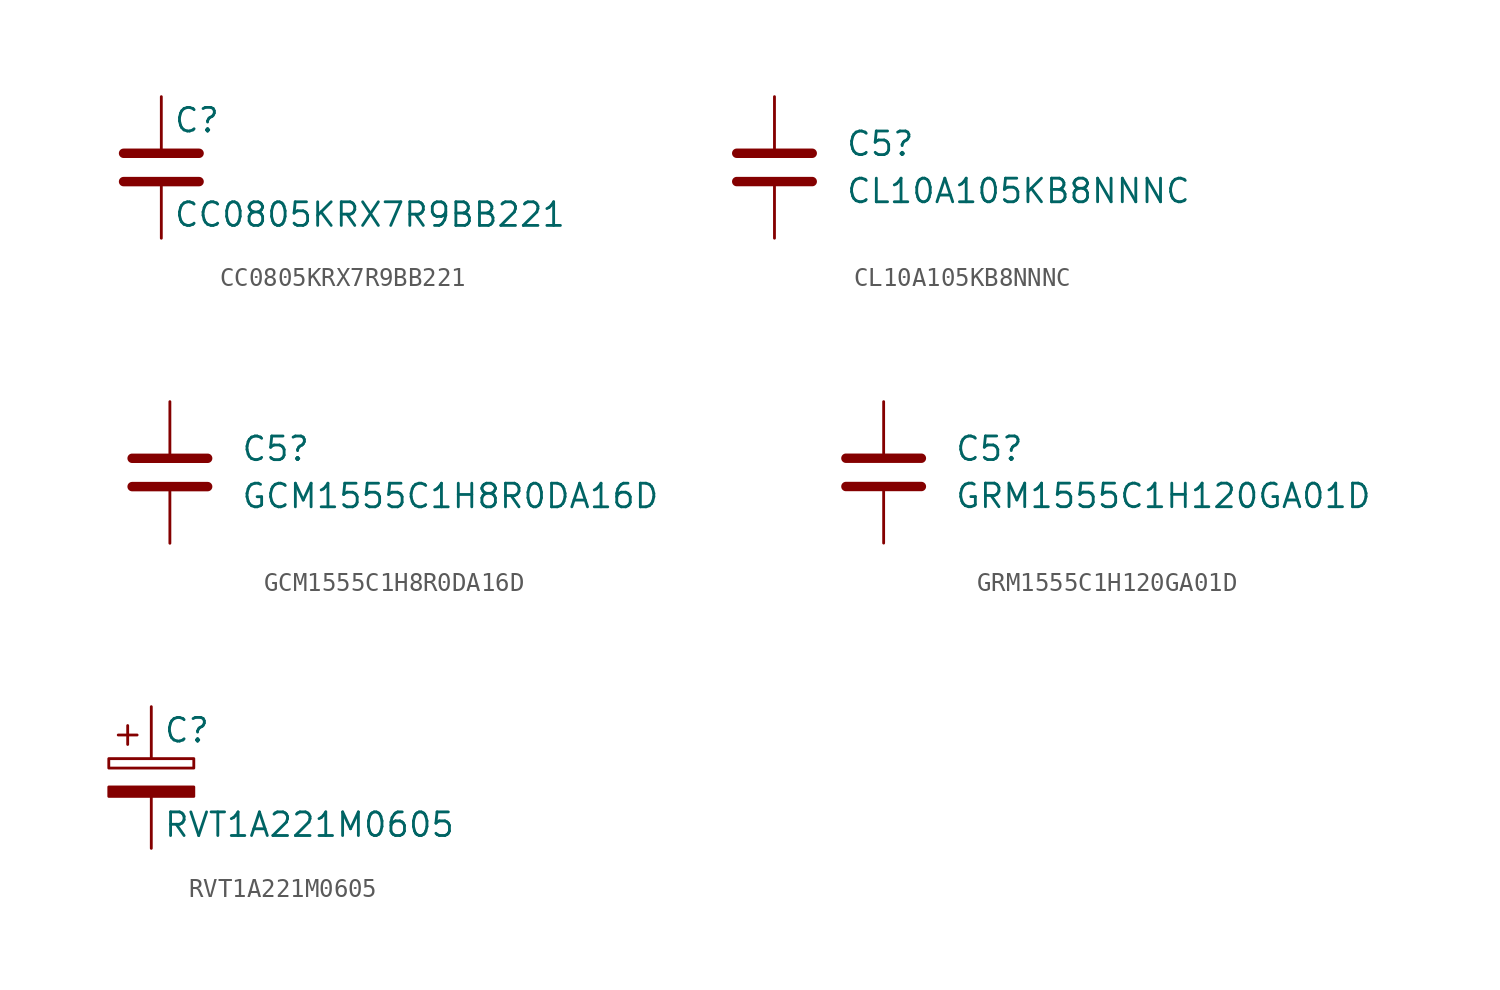
<source format=kicad_sym>
(kicad_symbol_lib
  (version 20211014)
  (generator kicad_symbol_editor)
  (symbol "CC0805KRX7R9BB221"
    (pin_numbers hide)
    (pin_names
      (offset 0.254))
    (property "Reference" "C"
      (at 0.635 2.54 0)
      (effects (font (size 1.27 1.27)) (justify left)))
    (property "Value" "CC0805KRX7R9BB221"
      (at 0.635 -2.54 0)
      (effects (font (size 1.27 1.27)) (justify left)))
    (symbol "CC0805KRX7R9BB221_0_1"
      (polyline (pts (xy -2.032 -0.762) (xy 2.032 -0.762)) (stroke (width 0.508) (type default) (color 0 0 0 0)) (fill (type none)))
      (polyline (pts (xy -2.032 0.762) (xy 2.032 0.762)) (stroke (width 0.508) (type default) (color 0 0 0 0)) (fill (type none))))
    (symbol "CC0805KRX7R9BB221_1_1"
      (pin passive line (at 0 3.81 270) (length 2.794) (name "~" (effects (font (size 1.27 1.27)))) (number "1" (effects (font (size 1.27 1.27)))))
      (pin passive line (at 0 -3.81 90) (length 2.794) (name "~" (effects (font (size 1.27 1.27)))) (number "2" (effects (font (size 1.27 1.27)))))))
  (symbol "CL10A105KB8NNNC"
    (pin_numbers hide)
    (pin_names
      (offset 0.254))
    (property "Reference" "C5"
      (at 3.81 1.27 0)
      (effects (font (size 1.27 1.27)) (justify left)))
    (property "Value" "CL10A105KB8NNNC"
      (at 3.81 -1.27 0)
      (effects (font (size 1.27 1.27)) (justify left)))
    (symbol "CL10A105KB8NNNC_0_1"
      (polyline (pts (xy -2.032 -0.762) (xy 2.032 -0.762)) (stroke (width 0.508) (type default) (color 0 0 0 0)) (fill (type none)))
      (polyline (pts (xy -2.032 0.762) (xy 2.032 0.762)) (stroke (width 0.508) (type default) (color 0 0 0 0)) (fill (type none))))
    (symbol "CL10A105KB8NNNC_1_1"
      (pin passive line (at 0 3.81 270) (length 2.794) (name "~" (effects (font (size 1.27 1.27)))) (number "1" (effects (font (size 1.27 1.27)))))
      (pin passive line (at 0 -3.81 90) (length 2.794) (name "~" (effects (font (size 1.27 1.27)))) (number "2" (effects (font (size 1.27 1.27)))))))
  (symbol "GCM1555C1H8R0DA16D"
    (pin_numbers hide)
    (pin_names
      (offset 0.254))
    (property "Reference" "C5"
      (at 3.81 1.27 0)
      (effects (font (size 1.27 1.27)) (justify left)))
    (property "Value" "GCM1555C1H8R0DA16D"
      (at 3.81 -1.27 0)
      (effects (font (size 1.27 1.27)) (justify left)))
    (symbol "GCM1555C1H8R0DA16D_0_1"
      (polyline (pts (xy -2.032 -0.762) (xy 2.032 -0.762)) (stroke (width 0.508) (type default) (color 0 0 0 0)) (fill (type none)))
      (polyline (pts (xy -2.032 0.762) (xy 2.032 0.762)) (stroke (width 0.508) (type default) (color 0 0 0 0)) (fill (type none))))
    (symbol "GCM1555C1H8R0DA16D_1_1"
      (pin passive line (at 0 3.81 270) (length 2.794) (name "~" (effects (font (size 1.27 1.27)))) (number "1" (effects (font (size 1.27 1.27)))))
      (pin passive line (at 0 -3.81 90) (length 2.794) (name "~" (effects (font (size 1.27 1.27)))) (number "2" (effects (font (size 1.27 1.27)))))))
  (symbol "GRM1555C1H120GA01D"
    (pin_numbers hide)
    (pin_names
      (offset 0.254))
    (property "Reference" "C5"
      (at 3.81 1.27 0)
      (effects (font (size 1.27 1.27)) (justify left)))
    (property "Value" "GRM1555C1H120GA01D"
      (at 3.81 -1.27 0)
      (effects (font (size 1.27 1.27)) (justify left)))
    (symbol "GRM1555C1H120GA01D_0_1"
      (polyline (pts (xy -2.032 -0.762) (xy 2.032 -0.762)) (stroke (width 0.508) (type default) (color 0 0 0 0)) (fill (type none)))
      (polyline (pts (xy -2.032 0.762) (xy 2.032 0.762)) (stroke (width 0.508) (type default) (color 0 0 0 0)) (fill (type none))))
    (symbol "GRM1555C1H120GA01D_1_1"
      (pin passive line (at 0 3.81 270) (length 2.794) (name "~" (effects (font (size 1.27 1.27)))) (number "1" (effects (font (size 1.27 1.27)))))
      (pin passive line (at 0 -3.81 90) (length 2.794) (name "~" (effects (font (size 1.27 1.27)))) (number "2" (effects (font (size 1.27 1.27)))))))
  (symbol "RVT1A221M0605"
    (pin_numbers hide)
    (pin_names
      (offset 0.254))
    (property "Reference" "C"
      (at 0.635 2.54 0)
      (effects (font (size 1.27 1.27)) (justify left)))
    (property "Value" "RVT1A221M0605"
      (at 0.635 -2.54 0)
      (effects (font (size 1.27 1.27)) (justify left)))
    (symbol "RVT1A221M0605_0_1"
      (rectangle (start -2.286 0.508) (end 2.286 1.016) (stroke (width 0) (type default) (color 0 0 0 0)) (fill (type none)))
      (polyline (pts (xy -1.778 2.286) (xy -0.762 2.286)) (stroke (width 0) (type default) (color 0 0 0 0)) (fill (type none)))
      (polyline (pts (xy -1.27 2.794) (xy -1.27 1.778)) (stroke (width 0) (type default) (color 0 0 0 0)) (fill (type none)))
      (rectangle (start 2.286 -0.508) (end -2.286 -1.016) (stroke (width 0) (type default) (color 0 0 0 0)) (fill (type outline))))
    (symbol "RVT1A221M0605_1_1"
      (pin passive line (at 0 3.81 270) (length 2.794) (name "~" (effects (font (size 1.27 1.27)))) (number "1" (effects (font (size 1.27 1.27)))))
      (pin passive line (at 0 -3.81 90) (length 2.794) (name "~" (effects (font (size 1.27 1.27)))) (number "2" (effects (font (size 1.27 1.27))))))))
</source>
